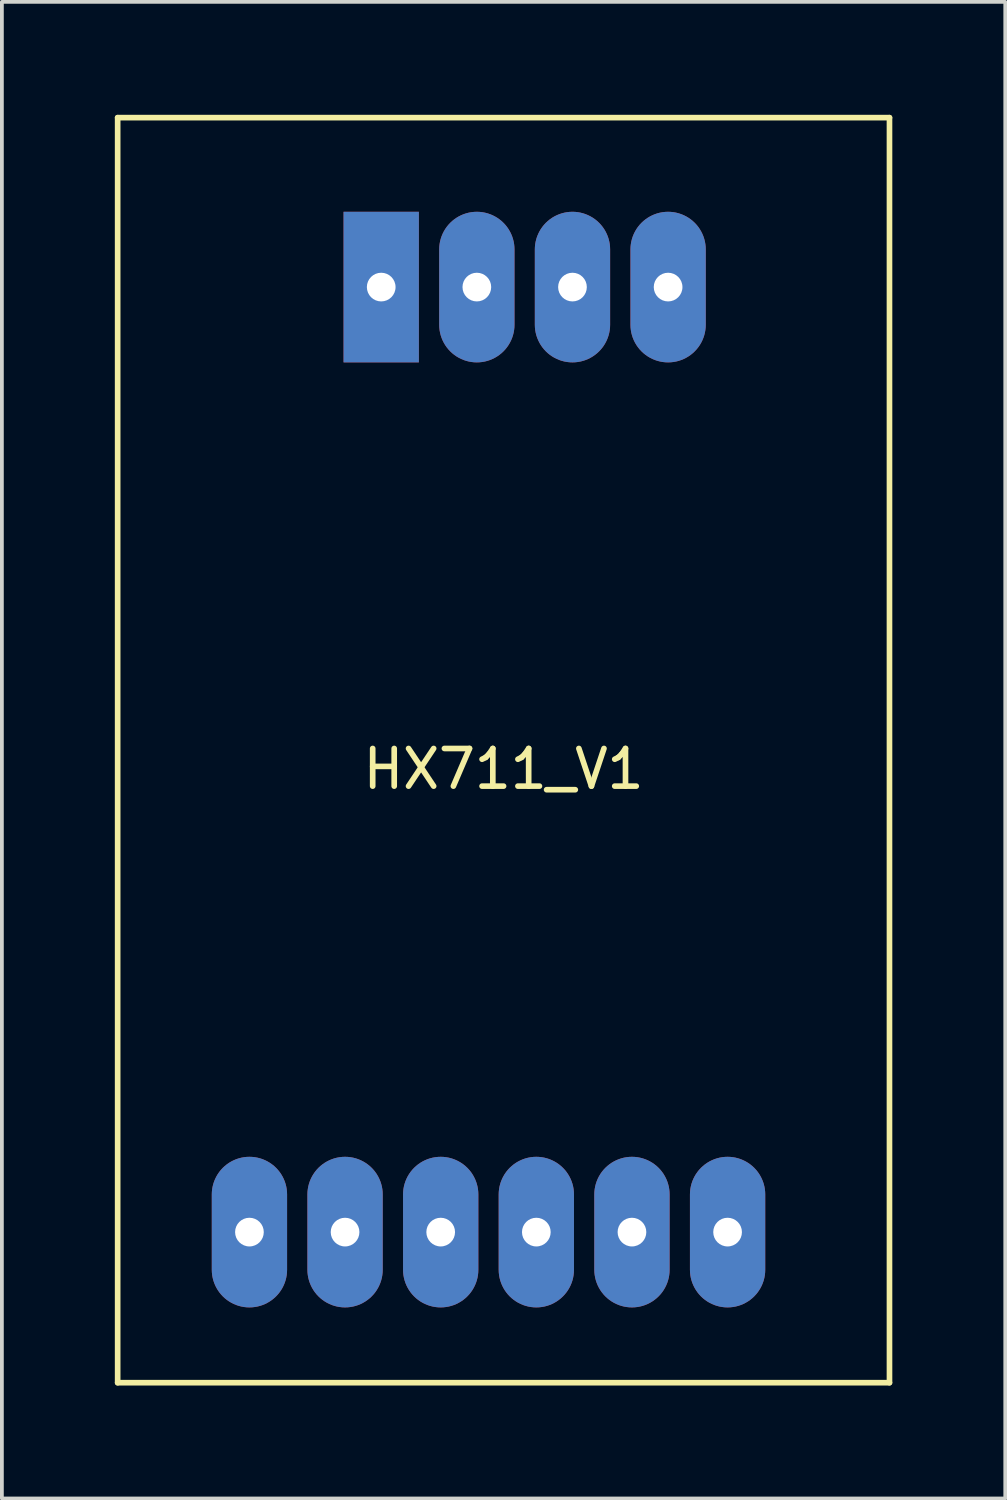
<source format=kicad_pcb>
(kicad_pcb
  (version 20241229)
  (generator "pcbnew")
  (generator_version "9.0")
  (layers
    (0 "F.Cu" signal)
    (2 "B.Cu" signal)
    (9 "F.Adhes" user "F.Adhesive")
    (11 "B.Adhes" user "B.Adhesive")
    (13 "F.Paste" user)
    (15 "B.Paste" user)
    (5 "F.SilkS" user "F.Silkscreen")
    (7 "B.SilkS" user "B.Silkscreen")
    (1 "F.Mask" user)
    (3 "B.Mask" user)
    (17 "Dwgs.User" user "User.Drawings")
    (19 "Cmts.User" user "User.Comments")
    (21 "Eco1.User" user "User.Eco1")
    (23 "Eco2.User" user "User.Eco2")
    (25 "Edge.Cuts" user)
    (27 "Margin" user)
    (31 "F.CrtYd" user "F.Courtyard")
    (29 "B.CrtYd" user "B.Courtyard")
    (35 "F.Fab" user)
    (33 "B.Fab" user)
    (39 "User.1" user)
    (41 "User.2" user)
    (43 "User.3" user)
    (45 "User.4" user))
  (footprint "HX711_V1"
    (layer "F.Cu")
    (at 10.325 16.875)
    (property "Reference" "HX711_V1" (at 0 0.5 0) (layer "F.SilkS") (effects (font (size 1 1) (thickness 0.15))))
    (attr through_hole)
    (fp_line (start -10.25 -16.8) (end 10.25 -16.8) (stroke (width 0.15) (type solid)) (layer "F.SilkS"))
    (fp_line (start -10.25 16.8) (end -10.25 -16.8) (stroke (width 0.15) (type solid)) (layer "F.SilkS"))
    (fp_line (start 10.25 -16.8) (end 10.25 16.8) (stroke (width 0.15) (type solid)) (layer "F.SilkS"))
    (fp_line (start 10.25 16.8) (end -10.25 16.8) (stroke (width 0.15) (type solid)) (layer "F.SilkS"))
    (pad "1" thru_hole rect (at -3.25 -12.3) (size 2 4) (drill 0.762) (layers "*.Cu" "*.Mask"))
    (pad "2" thru_hole oval (at -0.71 -12.3) (size 2 4) (drill 0.762) (layers "*.Cu" "*.Mask"))
    (pad "3" thru_hole oval (at 1.83 -12.3) (size 2 4) (drill 0.762) (layers "*.Cu" "*.Mask"))
    (pad "4" thru_hole oval (at 4.37 -12.3) (size 2 4) (drill 0.762) (layers "*.Cu" "*.Mask"))
    (pad "5" thru_hole oval (at -6.75 12.8) (size 2 4) (drill 0.762) (layers "*.Cu" "*.Mask"))
    (pad "6" thru_hole oval (at -4.21 12.8) (size 2 4) (drill 0.762) (layers "*.Cu" "*.Mask"))
    (pad "7" thru_hole oval (at -1.67 12.8) (size 2 4) (drill 0.762) (layers "*.Cu" "*.Mask"))
    (pad "8" thru_hole oval (at 0.87 12.8) (size 2 4) (drill 0.762) (layers "*.Cu" "*.Mask"))
    (pad "9" thru_hole oval (at 3.41 12.8) (size 2 4) (drill 0.762) (layers "*.Cu" "*.Mask"))
    (pad "10" thru_hole oval (at 5.95 12.8) (size 2 4) (drill 0.762) (layers "*.Cu" "*.Mask")))
  (gr_rect
    (start -3 -3)
    (end 23.65 36.75)
    (stroke (width 0.1) (type default))
    (fill no)
    (layer "Edge.Cuts")))
</source>
